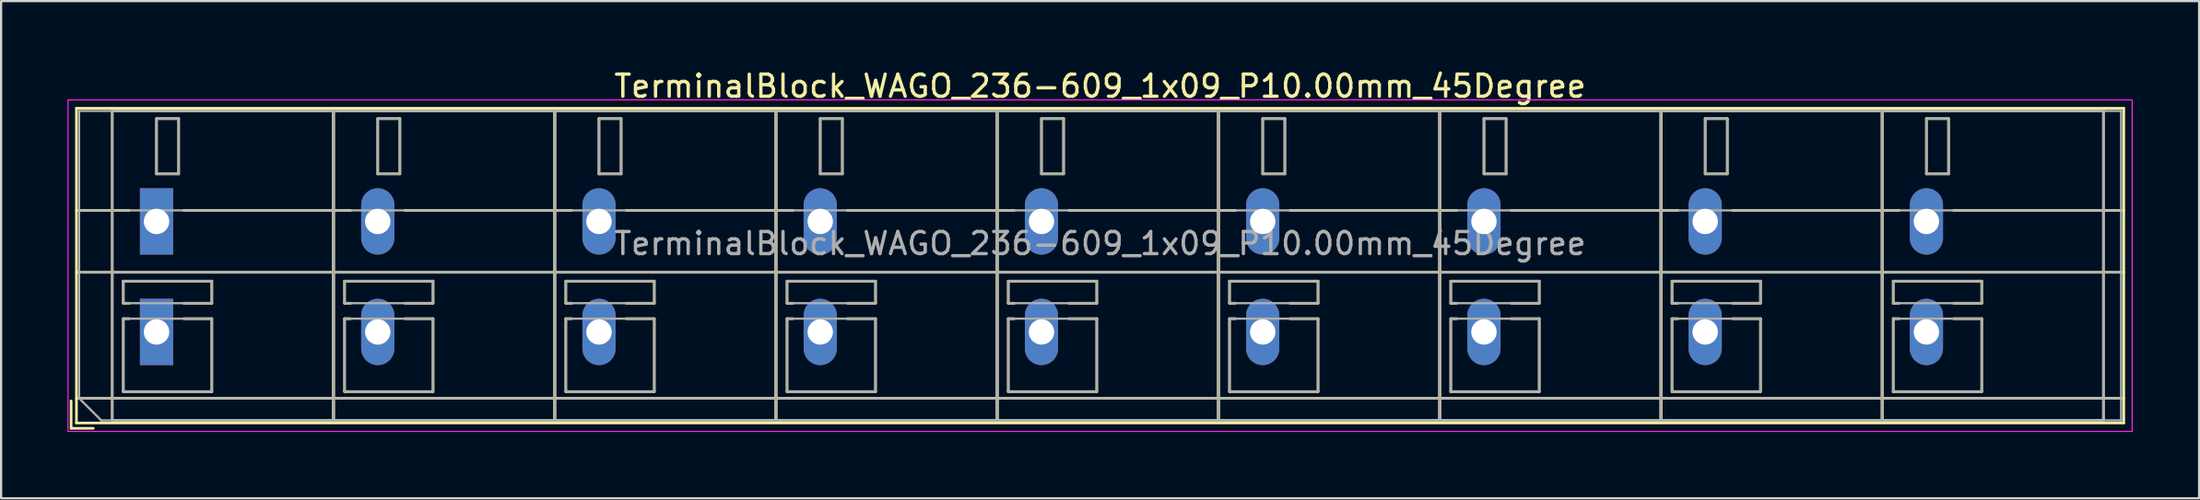
<source format=kicad_pcb>
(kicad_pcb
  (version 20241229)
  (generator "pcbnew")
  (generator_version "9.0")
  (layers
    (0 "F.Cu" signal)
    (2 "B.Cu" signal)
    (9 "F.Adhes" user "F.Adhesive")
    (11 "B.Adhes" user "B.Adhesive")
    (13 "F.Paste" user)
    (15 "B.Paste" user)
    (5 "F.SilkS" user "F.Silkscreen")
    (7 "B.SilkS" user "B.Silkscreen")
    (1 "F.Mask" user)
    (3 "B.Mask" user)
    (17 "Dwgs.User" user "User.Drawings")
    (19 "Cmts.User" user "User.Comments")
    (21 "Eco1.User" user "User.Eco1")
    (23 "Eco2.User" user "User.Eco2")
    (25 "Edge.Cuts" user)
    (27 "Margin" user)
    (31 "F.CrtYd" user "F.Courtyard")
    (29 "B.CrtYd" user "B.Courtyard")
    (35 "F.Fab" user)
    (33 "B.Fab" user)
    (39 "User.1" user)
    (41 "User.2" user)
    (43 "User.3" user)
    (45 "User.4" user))
  (footprint "TerminalBlock_WAGO_236-609_1x09_P10.00mm_45Degree"
    (layer "F.Cu")
    (at 4.025 6.968)
    (property "Reference" "TerminalBlock_WAGO_236-609_1x09_P10.00mm_45Degree" (at 42.65 -6.12 0) (layer "F.SilkS") (effects (font (size 1 1) (thickness 0.15))))
    (attr through_hole)
    (fp_line (start -3.86 8.12) (end -3.86 9.36) (stroke (width 0.12) (type solid)) (layer "F.SilkS"))
    (fp_line (start -3.86 9.36) (end -2.86 9.36) (stroke (width 0.12) (type solid)) (layer "F.SilkS"))
    (fp_line (start -3.62 -5.12) (end -3.62 9.12) (stroke (width 0.12) (type solid)) (layer "F.SilkS"))
    (fp_line (start -3.62 -5.12) (end 88.92 -5.12) (stroke (width 0.12) (type solid)) (layer "F.SilkS"))
    (fp_line (start -3.62 -0.5) (end -1.23 -0.5) (stroke (width 0.12) (type solid)) (layer "F.SilkS"))
    (fp_line (start -3.62 2.3) (end 88.92 2.3) (stroke (width 0.12) (type solid)) (layer "F.SilkS"))
    (fp_line (start -3.62 8) (end 88.92 8) (stroke (width 0.12) (type solid)) (layer "F.SilkS"))
    (fp_line (start -3.62 9.12) (end 88.92 9.12) (stroke (width 0.12) (type solid)) (layer "F.SilkS"))
    (fp_line (start -2 -5) (end -2 9) (stroke (width 0.12) (type solid)) (layer "F.SilkS"))
    (fp_line (start -2 -5) (end 8 -5) (stroke (width 0.12) (type solid)) (layer "F.SilkS"))
    (fp_line (start -2 9) (end 8 9) (stroke (width 0.12) (type solid)) (layer "F.SilkS"))
    (fp_line (start -1.5 2.7) (end -1.5 3.7) (stroke (width 0.12) (type solid)) (layer "F.SilkS"))
    (fp_line (start -1.5 2.7) (end 2.5 2.7) (stroke (width 0.12) (type solid)) (layer "F.SilkS"))
    (fp_line (start -1.5 3.7) (end -1.23 3.7) (stroke (width 0.12) (type solid)) (layer "F.SilkS"))
    (fp_line (start -1.5 4.4) (end -1.5 7.7) (stroke (width 0.12) (type solid)) (layer "F.SilkS"))
    (fp_line (start -1.5 4.4) (end -1.23 4.4) (stroke (width 0.12) (type solid)) (layer "F.SilkS"))
    (fp_line (start -1.5 7.7) (end 2.5 7.7) (stroke (width 0.12) (type solid)) (layer "F.SilkS"))
    (fp_line (start 0 -4.65) (end 0 -2.151) (stroke (width 0.12) (type solid)) (layer "F.SilkS"))
    (fp_line (start 0 -4.65) (end 1 -4.65) (stroke (width 0.12) (type solid)) (layer "F.SilkS"))
    (fp_line (start 0 -2.151) (end 1 -2.151) (stroke (width 0.12) (type solid)) (layer "F.SilkS"))
    (fp_line (start 1 -4.65) (end 1 -2.151) (stroke (width 0.12) (type solid)) (layer "F.SilkS"))
    (fp_line (start 1.23 -0.5) (end 8.77 -0.5) (stroke (width 0.12) (type solid)) (layer "F.SilkS"))
    (fp_line (start 1.23 3.7) (end 2.5 3.7) (stroke (width 0.12) (type solid)) (layer "F.SilkS"))
    (fp_line (start 1.23 4.4) (end 2.5 4.4) (stroke (width 0.12) (type solid)) (layer "F.SilkS"))
    (fp_line (start 2.5 2.7) (end 2.5 3.7) (stroke (width 0.12) (type solid)) (layer "F.SilkS"))
    (fp_line (start 2.5 4.4) (end 2.5 7.7) (stroke (width 0.12) (type solid)) (layer "F.SilkS"))
    (fp_line (start 8 -5) (end 8 9) (stroke (width 0.12) (type solid)) (layer "F.SilkS"))
    (fp_line (start 8 -5) (end 8 9) (stroke (width 0.12) (type solid)) (layer "F.SilkS"))
    (fp_line (start 8 -5) (end 18 -5) (stroke (width 0.12) (type solid)) (layer "F.SilkS"))
    (fp_line (start 8 9) (end 18 9) (stroke (width 0.12) (type solid)) (layer "F.SilkS"))
    (fp_line (start 8.5 2.7) (end 8.5 3.7) (stroke (width 0.12) (type solid)) (layer "F.SilkS"))
    (fp_line (start 8.5 2.7) (end 12.5 2.7) (stroke (width 0.12) (type solid)) (layer "F.SilkS"))
    (fp_line (start 8.5 3.7) (end 8.77 3.7) (stroke (width 0.12) (type solid)) (layer "F.SilkS"))
    (fp_line (start 8.5 4.4) (end 8.5 7.7) (stroke (width 0.12) (type solid)) (layer "F.SilkS"))
    (fp_line (start 8.5 4.4) (end 8.77 4.4) (stroke (width 0.12) (type solid)) (layer "F.SilkS"))
    (fp_line (start 8.5 7.7) (end 12.5 7.7) (stroke (width 0.12) (type solid)) (layer "F.SilkS"))
    (fp_line (start 10 -4.65) (end 10 -2.151) (stroke (width 0.12) (type solid)) (layer "F.SilkS"))
    (fp_line (start 10 -4.65) (end 11 -4.65) (stroke (width 0.12) (type solid)) (layer "F.SilkS"))
    (fp_line (start 10 -2.151) (end 11 -2.151) (stroke (width 0.12) (type solid)) (layer "F.SilkS"))
    (fp_line (start 11 -4.65) (end 11 -2.151) (stroke (width 0.12) (type solid)) (layer "F.SilkS"))
    (fp_line (start 11.23 -0.5) (end 18.77 -0.5) (stroke (width 0.12) (type solid)) (layer "F.SilkS"))
    (fp_line (start 11.23 3.7) (end 12.5 3.7) (stroke (width 0.12) (type solid)) (layer "F.SilkS"))
    (fp_line (start 11.23 4.4) (end 12.5 4.4) (stroke (width 0.12) (type solid)) (layer "F.SilkS"))
    (fp_line (start 12.5 2.7) (end 12.5 3.7) (stroke (width 0.12) (type solid)) (layer "F.SilkS"))
    (fp_line (start 12.5 4.4) (end 12.5 7.7) (stroke (width 0.12) (type solid)) (layer "F.SilkS"))
    (fp_line (start 18 -5) (end 18 9) (stroke (width 0.12) (type solid)) (layer "F.SilkS"))
    (fp_line (start 18 -5) (end 18 9) (stroke (width 0.12) (type solid)) (layer "F.SilkS"))
    (fp_line (start 18 -5) (end 28 -5) (stroke (width 0.12) (type solid)) (layer "F.SilkS"))
    (fp_line (start 18 9) (end 28 9) (stroke (width 0.12) (type solid)) (layer "F.SilkS"))
    (fp_line (start 18.5 2.7) (end 18.5 3.7) (stroke (width 0.12) (type solid)) (layer "F.SilkS"))
    (fp_line (start 18.5 2.7) (end 22.5 2.7) (stroke (width 0.12) (type solid)) (layer "F.SilkS"))
    (fp_line (start 18.5 3.7) (end 18.77 3.7) (stroke (width 0.12) (type solid)) (layer "F.SilkS"))
    (fp_line (start 18.5 4.4) (end 18.5 7.7) (stroke (width 0.12) (type solid)) (layer "F.SilkS"))
    (fp_line (start 18.5 4.4) (end 18.77 4.4) (stroke (width 0.12) (type solid)) (layer "F.SilkS"))
    (fp_line (start 18.5 7.7) (end 22.5 7.7) (stroke (width 0.12) (type solid)) (layer "F.SilkS"))
    (fp_line (start 20 -4.65) (end 20 -2.151) (stroke (width 0.12) (type solid)) (layer "F.SilkS"))
    (fp_line (start 20 -4.65) (end 21 -4.65) (stroke (width 0.12) (type solid)) (layer "F.SilkS"))
    (fp_line (start 20 -2.151) (end 21 -2.151) (stroke (width 0.12) (type solid)) (layer "F.SilkS"))
    (fp_line (start 21 -4.65) (end 21 -2.151) (stroke (width 0.12) (type solid)) (layer "F.SilkS"))
    (fp_line (start 21.23 -0.5) (end 28.77 -0.5) (stroke (width 0.12) (type solid)) (layer "F.SilkS"))
    (fp_line (start 21.23 3.7) (end 22.5 3.7) (stroke (width 0.12) (type solid)) (layer "F.SilkS"))
    (fp_line (start 21.23 4.4) (end 22.5 4.4) (stroke (width 0.12) (type solid)) (layer "F.SilkS"))
    (fp_line (start 22.5 2.7) (end 22.5 3.7) (stroke (width 0.12) (type solid)) (layer "F.SilkS"))
    (fp_line (start 22.5 4.4) (end 22.5 7.7) (stroke (width 0.12) (type solid)) (layer "F.SilkS"))
    (fp_line (start 28 -5) (end 28 9) (stroke (width 0.12) (type solid)) (layer "F.SilkS"))
    (fp_line (start 28 -5) (end 28 9) (stroke (width 0.12) (type solid)) (layer "F.SilkS"))
    (fp_line (start 28 -5) (end 38 -5) (stroke (width 0.12) (type solid)) (layer "F.SilkS"))
    (fp_line (start 28 9) (end 38 9) (stroke (width 0.12) (type solid)) (layer "F.SilkS"))
    (fp_line (start 28.5 2.7) (end 28.5 3.7) (stroke (width 0.12) (type solid)) (layer "F.SilkS"))
    (fp_line (start 28.5 2.7) (end 32.5 2.7) (stroke (width 0.12) (type solid)) (layer "F.SilkS"))
    (fp_line (start 28.5 3.7) (end 28.77 3.7) (stroke (width 0.12) (type solid)) (layer "F.SilkS"))
    (fp_line (start 28.5 4.4) (end 28.5 7.7) (stroke (width 0.12) (type solid)) (layer "F.SilkS"))
    (fp_line (start 28.5 4.4) (end 28.77 4.4) (stroke (width 0.12) (type solid)) (layer "F.SilkS"))
    (fp_line (start 28.5 7.7) (end 32.5 7.7) (stroke (width 0.12) (type solid)) (layer "F.SilkS"))
    (fp_line (start 30 -4.65) (end 30 -2.151) (stroke (width 0.12) (type solid)) (layer "F.SilkS"))
    (fp_line (start 30 -4.65) (end 31 -4.65) (stroke (width 0.12) (type solid)) (layer "F.SilkS"))
    (fp_line (start 30 -2.151) (end 31 -2.151) (stroke (width 0.12) (type solid)) (layer "F.SilkS"))
    (fp_line (start 31 -4.65) (end 31 -2.151) (stroke (width 0.12) (type solid)) (layer "F.SilkS"))
    (fp_line (start 31.23 -0.5) (end 38.77 -0.5) (stroke (width 0.12) (type solid)) (layer "F.SilkS"))
    (fp_line (start 31.23 3.7) (end 32.5 3.7) (stroke (width 0.12) (type solid)) (layer "F.SilkS"))
    (fp_line (start 31.23 4.4) (end 32.5 4.4) (stroke (width 0.12) (type solid)) (layer "F.SilkS"))
    (fp_line (start 32.5 2.7) (end 32.5 3.7) (stroke (width 0.12) (type solid)) (layer "F.SilkS"))
    (fp_line (start 32.5 4.4) (end 32.5 7.7) (stroke (width 0.12) (type solid)) (layer "F.SilkS"))
    (fp_line (start 38 -5) (end 38 9) (stroke (width 0.12) (type solid)) (layer "F.SilkS"))
    (fp_line (start 38 -5) (end 38 9) (stroke (width 0.12) (type solid)) (layer "F.SilkS"))
    (fp_line (start 38 -5) (end 48 -5) (stroke (width 0.12) (type solid)) (layer "F.SilkS"))
    (fp_line (start 38 9) (end 48 9) (stroke (width 0.12) (type solid)) (layer "F.SilkS"))
    (fp_line (start 38.5 2.7) (end 38.5 3.7) (stroke (width 0.12) (type solid)) (layer "F.SilkS"))
    (fp_line (start 38.5 2.7) (end 42.5 2.7) (stroke (width 0.12) (type solid)) (layer "F.SilkS"))
    (fp_line (start 38.5 3.7) (end 38.77 3.7) (stroke (width 0.12) (type solid)) (layer "F.SilkS"))
    (fp_line (start 38.5 4.4) (end 38.5 7.7) (stroke (width 0.12) (type solid)) (layer "F.SilkS"))
    (fp_line (start 38.5 4.4) (end 38.77 4.4) (stroke (width 0.12) (type solid)) (layer "F.SilkS"))
    (fp_line (start 38.5 7.7) (end 42.5 7.7) (stroke (width 0.12) (type solid)) (layer "F.SilkS"))
    (fp_line (start 40 -4.65) (end 40 -2.151) (stroke (width 0.12) (type solid)) (layer "F.SilkS"))
    (fp_line (start 40 -4.65) (end 41 -4.65) (stroke (width 0.12) (type solid)) (layer "F.SilkS"))
    (fp_line (start 40 -2.151) (end 41 -2.151) (stroke (width 0.12) (type solid)) (layer "F.SilkS"))
    (fp_line (start 41 -4.65) (end 41 -2.151) (stroke (width 0.12) (type solid)) (layer "F.SilkS"))
    (fp_line (start 41.23 -0.5) (end 48.77 -0.5) (stroke (width 0.12) (type solid)) (layer "F.SilkS"))
    (fp_line (start 41.23 3.7) (end 42.5 3.7) (stroke (width 0.12) (type solid)) (layer "F.SilkS"))
    (fp_line (start 41.23 4.4) (end 42.5 4.4) (stroke (width 0.12) (type solid)) (layer "F.SilkS"))
    (fp_line (start 42.5 2.7) (end 42.5 3.7) (stroke (width 0.12) (type solid)) (layer "F.SilkS"))
    (fp_line (start 42.5 4.4) (end 42.5 7.7) (stroke (width 0.12) (type solid)) (layer "F.SilkS"))
    (fp_line (start 48 -5) (end 48 9) (stroke (width 0.12) (type solid)) (layer "F.SilkS"))
    (fp_line (start 48 -5) (end 48 9) (stroke (width 0.12) (type solid)) (layer "F.SilkS"))
    (fp_line (start 48 -5) (end 58 -5) (stroke (width 0.12) (type solid)) (layer "F.SilkS"))
    (fp_line (start 48 9) (end 58 9) (stroke (width 0.12) (type solid)) (layer "F.SilkS"))
    (fp_line (start 48.5 2.7) (end 48.5 3.7) (stroke (width 0.12) (type solid)) (layer "F.SilkS"))
    (fp_line (start 48.5 2.7) (end 52.5 2.7) (stroke (width 0.12) (type solid)) (layer "F.SilkS"))
    (fp_line (start 48.5 3.7) (end 48.77 3.7) (stroke (width 0.12) (type solid)) (layer "F.SilkS"))
    (fp_line (start 48.5 4.4) (end 48.5 7.7) (stroke (width 0.12) (type solid)) (layer "F.SilkS"))
    (fp_line (start 48.5 4.4) (end 48.77 4.4) (stroke (width 0.12) (type solid)) (layer "F.SilkS"))
    (fp_line (start 48.5 7.7) (end 52.5 7.7) (stroke (width 0.12) (type solid)) (layer "F.SilkS"))
    (fp_line (start 50 -4.65) (end 50 -2.151) (stroke (width 0.12) (type solid)) (layer "F.SilkS"))
    (fp_line (start 50 -4.65) (end 51 -4.65) (stroke (width 0.12) (type solid)) (layer "F.SilkS"))
    (fp_line (start 50 -2.151) (end 51 -2.151) (stroke (width 0.12) (type solid)) (layer "F.SilkS"))
    (fp_line (start 51 -4.65) (end 51 -2.151) (stroke (width 0.12) (type solid)) (layer "F.SilkS"))
    (fp_line (start 51.23 -0.5) (end 58.77 -0.5) (stroke (width 0.12) (type solid)) (layer "F.SilkS"))
    (fp_line (start 51.23 3.7) (end 52.5 3.7) (stroke (width 0.12) (type solid)) (layer "F.SilkS"))
    (fp_line (start 51.23 4.4) (end 52.5 4.4) (stroke (width 0.12) (type solid)) (layer "F.SilkS"))
    (fp_line (start 52.5 2.7) (end 52.5 3.7) (stroke (width 0.12) (type solid)) (layer "F.SilkS"))
    (fp_line (start 52.5 4.4) (end 52.5 7.7) (stroke (width 0.12) (type solid)) (layer "F.SilkS"))
    (fp_line (start 58 -5) (end 58 9) (stroke (width 0.12) (type solid)) (layer "F.SilkS"))
    (fp_line (start 58 -5) (end 58 9) (stroke (width 0.12) (type solid)) (layer "F.SilkS"))
    (fp_line (start 58 -5) (end 68 -5) (stroke (width 0.12) (type solid)) (layer "F.SilkS"))
    (fp_line (start 58 9) (end 68 9) (stroke (width 0.12) (type solid)) (layer "F.SilkS"))
    (fp_line (start 58.5 2.7) (end 58.5 3.7) (stroke (width 0.12) (type solid)) (layer "F.SilkS"))
    (fp_line (start 58.5 2.7) (end 62.5 2.7) (stroke (width 0.12) (type solid)) (layer "F.SilkS"))
    (fp_line (start 58.5 3.7) (end 58.77 3.7) (stroke (width 0.12) (type solid)) (layer "F.SilkS"))
    (fp_line (start 58.5 4.4) (end 58.5 7.7) (stroke (width 0.12) (type solid)) (layer "F.SilkS"))
    (fp_line (start 58.5 4.4) (end 58.77 4.4) (stroke (width 0.12) (type solid)) (layer "F.SilkS"))
    (fp_line (start 58.5 7.7) (end 62.5 7.7) (stroke (width 0.12) (type solid)) (layer "F.SilkS"))
    (fp_line (start 60 -4.65) (end 60 -2.151) (stroke (width 0.12) (type solid)) (layer "F.SilkS"))
    (fp_line (start 60 -4.65) (end 61 -4.65) (stroke (width 0.12) (type solid)) (layer "F.SilkS"))
    (fp_line (start 60 -2.151) (end 61 -2.151) (stroke (width 0.12) (type solid)) (layer "F.SilkS"))
    (fp_line (start 61 -4.65) (end 61 -2.151) (stroke (width 0.12) (type solid)) (layer "F.SilkS"))
    (fp_line (start 61.23 -0.5) (end 68.77 -0.5) (stroke (width 0.12) (type solid)) (layer "F.SilkS"))
    (fp_line (start 61.23 3.7) (end 62.5 3.7) (stroke (width 0.12) (type solid)) (layer "F.SilkS"))
    (fp_line (start 61.23 4.4) (end 62.5 4.4) (stroke (width 0.12) (type solid)) (layer "F.SilkS"))
    (fp_line (start 62.5 2.7) (end 62.5 3.7) (stroke (width 0.12) (type solid)) (layer "F.SilkS"))
    (fp_line (start 62.5 4.4) (end 62.5 7.7) (stroke (width 0.12) (type solid)) (layer "F.SilkS"))
    (fp_line (start 68 -5) (end 68 9) (stroke (width 0.12) (type solid)) (layer "F.SilkS"))
    (fp_line (start 68 -5) (end 68 9) (stroke (width 0.12) (type solid)) (layer "F.SilkS"))
    (fp_line (start 68 -5) (end 78 -5) (stroke (width 0.12) (type solid)) (layer "F.SilkS"))
    (fp_line (start 68 9) (end 78 9) (stroke (width 0.12) (type solid)) (layer "F.SilkS"))
    (fp_line (start 68.5 2.7) (end 68.5 3.7) (stroke (width 0.12) (type solid)) (layer "F.SilkS"))
    (fp_line (start 68.5 2.7) (end 72.5 2.7) (stroke (width 0.12) (type solid)) (layer "F.SilkS"))
    (fp_line (start 68.5 3.7) (end 68.77 3.7) (stroke (width 0.12) (type solid)) (layer "F.SilkS"))
    (fp_line (start 68.5 4.4) (end 68.5 7.7) (stroke (width 0.12) (type solid)) (layer "F.SilkS"))
    (fp_line (start 68.5 4.4) (end 68.77 4.4) (stroke (width 0.12) (type solid)) (layer "F.SilkS"))
    (fp_line (start 68.5 7.7) (end 72.5 7.7) (stroke (width 0.12) (type solid)) (layer "F.SilkS"))
    (fp_line (start 70 -4.65) (end 70 -2.151) (stroke (width 0.12) (type solid)) (layer "F.SilkS"))
    (fp_line (start 70 -4.65) (end 71 -4.65) (stroke (width 0.12) (type solid)) (layer "F.SilkS"))
    (fp_line (start 70 -2.151) (end 71 -2.151) (stroke (width 0.12) (type solid)) (layer "F.SilkS"))
    (fp_line (start 71 -4.65) (end 71 -2.151) (stroke (width 0.12) (type solid)) (layer "F.SilkS"))
    (fp_line (start 71.23 -0.5) (end 78.77 -0.5) (stroke (width 0.12) (type solid)) (layer "F.SilkS"))
    (fp_line (start 71.23 3.7) (end 72.5 3.7) (stroke (width 0.12) (type solid)) (layer "F.SilkS"))
    (fp_line (start 71.23 4.4) (end 72.5 4.4) (stroke (width 0.12) (type solid)) (layer "F.SilkS"))
    (fp_line (start 72.5 2.7) (end 72.5 3.7) (stroke (width 0.12) (type solid)) (layer "F.SilkS"))
    (fp_line (start 72.5 4.4) (end 72.5 7.7) (stroke (width 0.12) (type solid)) (layer "F.SilkS"))
    (fp_line (start 78 -5) (end 78 9) (stroke (width 0.12) (type solid)) (layer "F.SilkS"))
    (fp_line (start 78 -5) (end 78 9) (stroke (width 0.12) (type solid)) (layer "F.SilkS"))
    (fp_line (start 78 -5) (end 88 -5) (stroke (width 0.12) (type solid)) (layer "F.SilkS"))
    (fp_line (start 78 9) (end 88 9) (stroke (width 0.12) (type solid)) (layer "F.SilkS"))
    (fp_line (start 78.5 2.7) (end 78.5 3.7) (stroke (width 0.12) (type solid)) (layer "F.SilkS"))
    (fp_line (start 78.5 2.7) (end 82.5 2.7) (stroke (width 0.12) (type solid)) (layer "F.SilkS"))
    (fp_line (start 78.5 3.7) (end 78.77 3.7) (stroke (width 0.12) (type solid)) (layer "F.SilkS"))
    (fp_line (start 78.5 4.4) (end 78.5 7.7) (stroke (width 0.12) (type solid)) (layer "F.SilkS"))
    (fp_line (start 78.5 4.4) (end 78.77 4.4) (stroke (width 0.12) (type solid)) (layer "F.SilkS"))
    (fp_line (start 78.5 7.7) (end 82.5 7.7) (stroke (width 0.12) (type solid)) (layer "F.SilkS"))
    (fp_line (start 80 -4.65) (end 80 -2.151) (stroke (width 0.12) (type solid)) (layer "F.SilkS"))
    (fp_line (start 80 -4.65) (end 81 -4.65) (stroke (width 0.12) (type solid)) (layer "F.SilkS"))
    (fp_line (start 80 -2.151) (end 81 -2.151) (stroke (width 0.12) (type solid)) (layer "F.SilkS"))
    (fp_line (start 81 -4.65) (end 81 -2.151) (stroke (width 0.12) (type solid)) (layer "F.SilkS"))
    (fp_line (start 81.23 -0.5) (end 88.92 -0.5) (stroke (width 0.12) (type solid)) (layer "F.SilkS"))
    (fp_line (start 81.23 3.7) (end 82.5 3.7) (stroke (width 0.12) (type solid)) (layer "F.SilkS"))
    (fp_line (start 81.23 4.4) (end 82.5 4.4) (stroke (width 0.12) (type solid)) (layer "F.SilkS"))
    (fp_line (start 82.5 2.7) (end 82.5 3.7) (stroke (width 0.12) (type solid)) (layer "F.SilkS"))
    (fp_line (start 82.5 4.4) (end 82.5 7.7) (stroke (width 0.12) (type solid)) (layer "F.SilkS"))
    (fp_line (start 88 -5) (end 88 9) (stroke (width 0.12) (type solid)) (layer "F.SilkS"))
    (fp_line (start 88.92 -5.12) (end 88.92 9.12) (stroke (width 0.12) (type solid)) (layer "F.SilkS"))
    (fp_line (start -4 -5.5) (end -4 9.5) (stroke (width 0.05) (type solid)) (layer "F.CrtYd"))
    (fp_line (start -4 9.5) (end 89.3 9.5) (stroke (width 0.05) (type solid)) (layer "F.CrtYd"))
    (fp_line (start 89.3 -5.5) (end -4 -5.5) (stroke (width 0.05) (type solid)) (layer "F.CrtYd"))
    (fp_line (start 89.3 9.5) (end 89.3 -5.5) (stroke (width 0.05) (type solid)) (layer "F.CrtYd"))
    (fp_line (start -3.5 -5) (end 88.8 -5) (stroke (width 0.1) (type solid)) (layer "F.Fab"))
    (fp_line (start -3.5 -0.5) (end 88.8 -0.5) (stroke (width 0.1) (type solid)) (layer "F.Fab"))
    (fp_line (start -3.5 2.3) (end 88.8 2.3) (stroke (width 0.1) (type solid)) (layer "F.Fab"))
    (fp_line (start -3.5 8) (end -3.5 -5) (stroke (width 0.1) (type solid)) (layer "F.Fab"))
    (fp_line (start -3.5 8) (end 88.8 8) (stroke (width 0.1) (type solid)) (layer "F.Fab"))
    (fp_line (start -2.5 9) (end -3.5 8) (stroke (width 0.1) (type solid)) (layer "F.Fab"))
    (fp_line (start -2 -5) (end -2 9) (stroke (width 0.1) (type solid)) (layer "F.Fab"))
    (fp_line (start -2 9) (end 8 9) (stroke (width 0.1) (type solid)) (layer "F.Fab"))
    (fp_line (start -1.5 2.7) (end -1.5 3.7) (stroke (width 0.1) (type solid)) (layer "F.Fab"))
    (fp_line (start -1.5 3.7) (end 2.5 3.7) (stroke (width 0.1) (type solid)) (layer "F.Fab"))
    (fp_line (start -1.5 4.4) (end -1.5 7.7) (stroke (width 0.1) (type solid)) (layer "F.Fab"))
    (fp_line (start -1.5 7.7) (end 2.5 7.7) (stroke (width 0.1) (type solid)) (layer "F.Fab"))
    (fp_line (start 0 -4.65) (end 0 -2.15) (stroke (width 0.1) (type solid)) (layer "F.Fab"))
    (fp_line (start 0 -2.15) (end 1 -2.15) (stroke (width 0.1) (type solid)) (layer "F.Fab"))
    (fp_line (start 1 -4.65) (end 0 -4.65) (stroke (width 0.1) (type solid)) (layer "F.Fab"))
    (fp_line (start 1 -2.15) (end 1 -4.65) (stroke (width 0.1) (type solid)) (layer "F.Fab"))
    (fp_line (start 2.5 2.7) (end -1.5 2.7) (stroke (width 0.1) (type solid)) (layer "F.Fab"))
    (fp_line (start 2.5 3.7) (end 2.5 2.7) (stroke (width 0.1) (type solid)) (layer "F.Fab"))
    (fp_line (start 2.5 4.4) (end -1.5 4.4) (stroke (width 0.1) (type solid)) (layer "F.Fab"))
    (fp_line (start 2.5 7.7) (end 2.5 4.4) (stroke (width 0.1) (type solid)) (layer "F.Fab"))
    (fp_line (start 8 -5) (end -2 -5) (stroke (width 0.1) (type solid)) (layer "F.Fab"))
    (fp_line (start 8 -5) (end 8 9) (stroke (width 0.1) (type solid)) (layer "F.Fab"))
    (fp_line (start 8 9) (end 8 -5) (stroke (width 0.1) (type solid)) (layer "F.Fab"))
    (fp_line (start 8 9) (end 18 9) (stroke (width 0.1) (type solid)) (layer "F.Fab"))
    (fp_line (start 8.5 2.7) (end 8.5 3.7) (stroke (width 0.1) (type solid)) (layer "F.Fab"))
    (fp_line (start 8.5 3.7) (end 12.5 3.7) (stroke (width 0.1) (type solid)) (layer "F.Fab"))
    (fp_line (start 8.5 4.4) (end 8.5 7.7) (stroke (width 0.1) (type solid)) (layer "F.Fab"))
    (fp_line (start 8.5 7.7) (end 12.5 7.7) (stroke (width 0.1) (type solid)) (layer "F.Fab"))
    (fp_line (start 10 -4.65) (end 10 -2.15) (stroke (width 0.1) (type solid)) (layer "F.Fab"))
    (fp_line (start 10 -2.15) (end 11 -2.15) (stroke (width 0.1) (type solid)) (layer "F.Fab"))
    (fp_line (start 11 -4.65) (end 10 -4.65) (stroke (width 0.1) (type solid)) (layer "F.Fab"))
    (fp_line (start 11 -2.15) (end 11 -4.65) (stroke (width 0.1) (type solid)) (layer "F.Fab"))
    (fp_line (start 12.5 2.7) (end 8.5 2.7) (stroke (width 0.1) (type solid)) (layer "F.Fab"))
    (fp_line (start 12.5 3.7) (end 12.5 2.7) (stroke (width 0.1) (type solid)) (layer "F.Fab"))
    (fp_line (start 12.5 4.4) (end 8.5 4.4) (stroke (width 0.1) (type solid)) (layer "F.Fab"))
    (fp_line (start 12.5 7.7) (end 12.5 4.4) (stroke (width 0.1) (type solid)) (layer "F.Fab"))
    (fp_line (start 18 -5) (end 8 -5) (stroke (width 0.1) (type solid)) (layer "F.Fab"))
    (fp_line (start 18 -5) (end 18 9) (stroke (width 0.1) (type solid)) (layer "F.Fab"))
    (fp_line (start 18 9) (end 18 -5) (stroke (width 0.1) (type solid)) (layer "F.Fab"))
    (fp_line (start 18 9) (end 28 9) (stroke (width 0.1) (type solid)) (layer "F.Fab"))
    (fp_line (start 18.5 2.7) (end 18.5 3.7) (stroke (width 0.1) (type solid)) (layer "F.Fab"))
    (fp_line (start 18.5 3.7) (end 22.5 3.7) (stroke (width 0.1) (type solid)) (layer "F.Fab"))
    (fp_line (start 18.5 4.4) (end 18.5 7.7) (stroke (width 0.1) (type solid)) (layer "F.Fab"))
    (fp_line (start 18.5 7.7) (end 22.5 7.7) (stroke (width 0.1) (type solid)) (layer "F.Fab"))
    (fp_line (start 20 -4.65) (end 20 -2.15) (stroke (width 0.1) (type solid)) (layer "F.Fab"))
    (fp_line (start 20 -2.15) (end 21 -2.15) (stroke (width 0.1) (type solid)) (layer "F.Fab"))
    (fp_line (start 21 -4.65) (end 20 -4.65) (stroke (width 0.1) (type solid)) (layer "F.Fab"))
    (fp_line (start 21 -2.15) (end 21 -4.65) (stroke (width 0.1) (type solid)) (layer "F.Fab"))
    (fp_line (start 22.5 2.7) (end 18.5 2.7) (stroke (width 0.1) (type solid)) (layer "F.Fab"))
    (fp_line (start 22.5 3.7) (end 22.5 2.7) (stroke (width 0.1) (type solid)) (layer "F.Fab"))
    (fp_line (start 22.5 4.4) (end 18.5 4.4) (stroke (width 0.1) (type solid)) (layer "F.Fab"))
    (fp_line (start 22.5 7.7) (end 22.5 4.4) (stroke (width 0.1) (type solid)) (layer "F.Fab"))
    (fp_line (start 28 -5) (end 18 -5) (stroke (width 0.1) (type solid)) (layer "F.Fab"))
    (fp_line (start 28 -5) (end 28 9) (stroke (width 0.1) (type solid)) (layer "F.Fab"))
    (fp_line (start 28 9) (end 28 -5) (stroke (width 0.1) (type solid)) (layer "F.Fab"))
    (fp_line (start 28 9) (end 38 9) (stroke (width 0.1) (type solid)) (layer "F.Fab"))
    (fp_line (start 28.5 2.7) (end 28.5 3.7) (stroke (width 0.1) (type solid)) (layer "F.Fab"))
    (fp_line (start 28.5 3.7) (end 32.5 3.7) (stroke (width 0.1) (type solid)) (layer "F.Fab"))
    (fp_line (start 28.5 4.4) (end 28.5 7.7) (stroke (width 0.1) (type solid)) (layer "F.Fab"))
    (fp_line (start 28.5 7.7) (end 32.5 7.7) (stroke (width 0.1) (type solid)) (layer "F.Fab"))
    (fp_line (start 30 -4.65) (end 30 -2.15) (stroke (width 0.1) (type solid)) (layer "F.Fab"))
    (fp_line (start 30 -2.15) (end 31 -2.15) (stroke (width 0.1) (type solid)) (layer "F.Fab"))
    (fp_line (start 31 -4.65) (end 30 -4.65) (stroke (width 0.1) (type solid)) (layer "F.Fab"))
    (fp_line (start 31 -2.15) (end 31 -4.65) (stroke (width 0.1) (type solid)) (layer "F.Fab"))
    (fp_line (start 32.5 2.7) (end 28.5 2.7) (stroke (width 0.1) (type solid)) (layer "F.Fab"))
    (fp_line (start 32.5 3.7) (end 32.5 2.7) (stroke (width 0.1) (type solid)) (layer "F.Fab"))
    (fp_line (start 32.5 4.4) (end 28.5 4.4) (stroke (width 0.1) (type solid)) (layer "F.Fab"))
    (fp_line (start 32.5 7.7) (end 32.5 4.4) (stroke (width 0.1) (type solid)) (layer "F.Fab"))
    (fp_line (start 38 -5) (end 28 -5) (stroke (width 0.1) (type solid)) (layer "F.Fab"))
    (fp_line (start 38 -5) (end 38 9) (stroke (width 0.1) (type solid)) (layer "F.Fab"))
    (fp_line (start 38 9) (end 38 -5) (stroke (width 0.1) (type solid)) (layer "F.Fab"))
    (fp_line (start 38 9) (end 48 9) (stroke (width 0.1) (type solid)) (layer "F.Fab"))
    (fp_line (start 38.5 2.7) (end 38.5 3.7) (stroke (width 0.1) (type solid)) (layer "F.Fab"))
    (fp_line (start 38.5 3.7) (end 42.5 3.7) (stroke (width 0.1) (type solid)) (layer "F.Fab"))
    (fp_line (start 38.5 4.4) (end 38.5 7.7) (stroke (width 0.1) (type solid)) (layer "F.Fab"))
    (fp_line (start 38.5 7.7) (end 42.5 7.7) (stroke (width 0.1) (type solid)) (layer "F.Fab"))
    (fp_line (start 40 -4.65) (end 40 -2.15) (stroke (width 0.1) (type solid)) (layer "F.Fab"))
    (fp_line (start 40 -2.15) (end 41 -2.15) (stroke (width 0.1) (type solid)) (layer "F.Fab"))
    (fp_line (start 41 -4.65) (end 40 -4.65) (stroke (width 0.1) (type solid)) (layer "F.Fab"))
    (fp_line (start 41 -2.15) (end 41 -4.65) (stroke (width 0.1) (type solid)) (layer "F.Fab"))
    (fp_line (start 42.5 2.7) (end 38.5 2.7) (stroke (width 0.1) (type solid)) (layer "F.Fab"))
    (fp_line (start 42.5 3.7) (end 42.5 2.7) (stroke (width 0.1) (type solid)) (layer "F.Fab"))
    (fp_line (start 42.5 4.4) (end 38.5 4.4) (stroke (width 0.1) (type solid)) (layer "F.Fab"))
    (fp_line (start 42.5 7.7) (end 42.5 4.4) (stroke (width 0.1) (type solid)) (layer "F.Fab"))
    (fp_line (start 48 -5) (end 38 -5) (stroke (width 0.1) (type solid)) (layer "F.Fab"))
    (fp_line (start 48 -5) (end 48 9) (stroke (width 0.1) (type solid)) (layer "F.Fab"))
    (fp_line (start 48 9) (end 48 -5) (stroke (width 0.1) (type solid)) (layer "F.Fab"))
    (fp_line (start 48 9) (end 58 9) (stroke (width 0.1) (type solid)) (layer "F.Fab"))
    (fp_line (start 48.5 2.7) (end 48.5 3.7) (stroke (width 0.1) (type solid)) (layer "F.Fab"))
    (fp_line (start 48.5 3.7) (end 52.5 3.7) (stroke (width 0.1) (type solid)) (layer "F.Fab"))
    (fp_line (start 48.5 4.4) (end 48.5 7.7) (stroke (width 0.1) (type solid)) (layer "F.Fab"))
    (fp_line (start 48.5 7.7) (end 52.5 7.7) (stroke (width 0.1) (type solid)) (layer "F.Fab"))
    (fp_line (start 50 -4.65) (end 50 -2.15) (stroke (width 0.1) (type solid)) (layer "F.Fab"))
    (fp_line (start 50 -2.15) (end 51 -2.15) (stroke (width 0.1) (type solid)) (layer "F.Fab"))
    (fp_line (start 51 -4.65) (end 50 -4.65) (stroke (width 0.1) (type solid)) (layer "F.Fab"))
    (fp_line (start 51 -2.15) (end 51 -4.65) (stroke (width 0.1) (type solid)) (layer "F.Fab"))
    (fp_line (start 52.5 2.7) (end 48.5 2.7) (stroke (width 0.1) (type solid)) (layer "F.Fab"))
    (fp_line (start 52.5 3.7) (end 52.5 2.7) (stroke (width 0.1) (type solid)) (layer "F.Fab"))
    (fp_line (start 52.5 4.4) (end 48.5 4.4) (stroke (width 0.1) (type solid)) (layer "F.Fab"))
    (fp_line (start 52.5 7.7) (end 52.5 4.4) (stroke (width 0.1) (type solid)) (layer "F.Fab"))
    (fp_line (start 58 -5) (end 48 -5) (stroke (width 0.1) (type solid)) (layer "F.Fab"))
    (fp_line (start 58 -5) (end 58 9) (stroke (width 0.1) (type solid)) (layer "F.Fab"))
    (fp_line (start 58 9) (end 58 -5) (stroke (width 0.1) (type solid)) (layer "F.Fab"))
    (fp_line (start 58 9) (end 68 9) (stroke (width 0.1) (type solid)) (layer "F.Fab"))
    (fp_line (start 58.5 2.7) (end 58.5 3.7) (stroke (width 0.1) (type solid)) (layer "F.Fab"))
    (fp_line (start 58.5 3.7) (end 62.5 3.7) (stroke (width 0.1) (type solid)) (layer "F.Fab"))
    (fp_line (start 58.5 4.4) (end 58.5 7.7) (stroke (width 0.1) (type solid)) (layer "F.Fab"))
    (fp_line (start 58.5 7.7) (end 62.5 7.7) (stroke (width 0.1) (type solid)) (layer "F.Fab"))
    (fp_line (start 60 -4.65) (end 60 -2.15) (stroke (width 0.1) (type solid)) (layer "F.Fab"))
    (fp_line (start 60 -2.15) (end 61 -2.15) (stroke (width 0.1) (type solid)) (layer "F.Fab"))
    (fp_line (start 61 -4.65) (end 60 -4.65) (stroke (width 0.1) (type solid)) (layer "F.Fab"))
    (fp_line (start 61 -2.15) (end 61 -4.65) (stroke (width 0.1) (type solid)) (layer "F.Fab"))
    (fp_line (start 62.5 2.7) (end 58.5 2.7) (stroke (width 0.1) (type solid)) (layer "F.Fab"))
    (fp_line (start 62.5 3.7) (end 62.5 2.7) (stroke (width 0.1) (type solid)) (layer "F.Fab"))
    (fp_line (start 62.5 4.4) (end 58.5 4.4) (stroke (width 0.1) (type solid)) (layer "F.Fab"))
    (fp_line (start 62.5 7.7) (end 62.5 4.4) (stroke (width 0.1) (type solid)) (layer "F.Fab"))
    (fp_line (start 68 -5) (end 58 -5) (stroke (width 0.1) (type solid)) (layer "F.Fab"))
    (fp_line (start 68 -5) (end 68 9) (stroke (width 0.1) (type solid)) (layer "F.Fab"))
    (fp_line (start 68 9) (end 68 -5) (stroke (width 0.1) (type solid)) (layer "F.Fab"))
    (fp_line (start 68 9) (end 78 9) (stroke (width 0.1) (type solid)) (layer "F.Fab"))
    (fp_line (start 68.5 2.7) (end 68.5 3.7) (stroke (width 0.1) (type solid)) (layer "F.Fab"))
    (fp_line (start 68.5 3.7) (end 72.5 3.7) (stroke (width 0.1) (type solid)) (layer "F.Fab"))
    (fp_line (start 68.5 4.4) (end 68.5 7.7) (stroke (width 0.1) (type solid)) (layer "F.Fab"))
    (fp_line (start 68.5 7.7) (end 72.5 7.7) (stroke (width 0.1) (type solid)) (layer "F.Fab"))
    (fp_line (start 70 -4.65) (end 70 -2.15) (stroke (width 0.1) (type solid)) (layer "F.Fab"))
    (fp_line (start 70 -2.15) (end 71 -2.15) (stroke (width 0.1) (type solid)) (layer "F.Fab"))
    (fp_line (start 71 -4.65) (end 70 -4.65) (stroke (width 0.1) (type solid)) (layer "F.Fab"))
    (fp_line (start 71 -2.15) (end 71 -4.65) (stroke (width 0.1) (type solid)) (layer "F.Fab"))
    (fp_line (start 72.5 2.7) (end 68.5 2.7) (stroke (width 0.1) (type solid)) (layer "F.Fab"))
    (fp_line (start 72.5 3.7) (end 72.5 2.7) (stroke (width 0.1) (type solid)) (layer "F.Fab"))
    (fp_line (start 72.5 4.4) (end 68.5 4.4) (stroke (width 0.1) (type solid)) (layer "F.Fab"))
    (fp_line (start 72.5 7.7) (end 72.5 4.4) (stroke (width 0.1) (type solid)) (layer "F.Fab"))
    (fp_line (start 78 -5) (end 68 -5) (stroke (width 0.1) (type solid)) (layer "F.Fab"))
    (fp_line (start 78 -5) (end 78 9) (stroke (width 0.1) (type solid)) (layer "F.Fab"))
    (fp_line (start 78 9) (end 78 -5) (stroke (width 0.1) (type solid)) (layer "F.Fab"))
    (fp_line (start 78 9) (end 88 9) (stroke (width 0.1) (type solid)) (layer "F.Fab"))
    (fp_line (start 78.5 2.7) (end 78.5 3.7) (stroke (width 0.1) (type solid)) (layer "F.Fab"))
    (fp_line (start 78.5 3.7) (end 82.5 3.7) (stroke (width 0.1) (type solid)) (layer "F.Fab"))
    (fp_line (start 78.5 4.4) (end 78.5 7.7) (stroke (width 0.1) (type solid)) (layer "F.Fab"))
    (fp_line (start 78.5 7.7) (end 82.5 7.7) (stroke (width 0.1) (type solid)) (layer "F.Fab"))
    (fp_line (start 80 -4.65) (end 80 -2.15) (stroke (width 0.1) (type solid)) (layer "F.Fab"))
    (fp_line (start 80 -2.15) (end 81 -2.15) (stroke (width 0.1) (type solid)) (layer "F.Fab"))
    (fp_line (start 81 -4.65) (end 80 -4.65) (stroke (width 0.1) (type solid)) (layer "F.Fab"))
    (fp_line (start 81 -2.15) (end 81 -4.65) (stroke (width 0.1) (type solid)) (layer "F.Fab"))
    (fp_line (start 82.5 2.7) (end 78.5 2.7) (stroke (width 0.1) (type solid)) (layer "F.Fab"))
    (fp_line (start 82.5 3.7) (end 82.5 2.7) (stroke (width 0.1) (type solid)) (layer "F.Fab"))
    (fp_line (start 82.5 4.4) (end 78.5 4.4) (stroke (width 0.1) (type solid)) (layer "F.Fab"))
    (fp_line (start 82.5 7.7) (end 82.5 4.4) (stroke (width 0.1) (type solid)) (layer "F.Fab"))
    (fp_line (start 88 -5) (end 78 -5) (stroke (width 0.1) (type solid)) (layer "F.Fab"))
    (fp_line (start 88 9) (end 88 -5) (stroke (width 0.1) (type solid)) (layer "F.Fab"))
    (fp_line (start 88.8 -5) (end 88.8 9) (stroke (width 0.1) (type solid)) (layer "F.Fab"))
    (fp_line (start 88.8 9) (end -2.5 9) (stroke (width 0.1) (type solid)) (layer "F.Fab"))
    (fp_text user "${REFERENCE}" (at 42.65 1 0) (layer "F.Fab") (effects (font (size 1 1) (thickness 0.15))))
    (pad "1" thru_hole rect (at 0 0) (size 1.5 3) (drill 1.15) (layers "*.Cu" "*.Mask"))
    (pad "1" thru_hole rect (at 0 5) (size 1.5 3) (drill 1.15) (layers "*.Cu" "*.Mask"))
    (pad "2" thru_hole oval (at 10 0) (size 1.5 3) (drill 1.15) (layers "*.Cu" "*.Mask"))
    (pad "2" thru_hole oval (at 10 5) (size 1.5 3) (drill 1.15) (layers "*.Cu" "*.Mask"))
    (pad "3" thru_hole oval (at 20 0) (size 1.5 3) (drill 1.15) (layers "*.Cu" "*.Mask"))
    (pad "3" thru_hole oval (at 20 5) (size 1.5 3) (drill 1.15) (layers "*.Cu" "*.Mask"))
    (pad "4" thru_hole oval (at 30 0) (size 1.5 3) (drill 1.15) (layers "*.Cu" "*.Mask"))
    (pad "4" thru_hole oval (at 30 5) (size 1.5 3) (drill 1.15) (layers "*.Cu" "*.Mask"))
    (pad "5" thru_hole oval (at 40 0) (size 1.5 3) (drill 1.15) (layers "*.Cu" "*.Mask"))
    (pad "5" thru_hole oval (at 40 5) (size 1.5 3) (drill 1.15) (layers "*.Cu" "*.Mask"))
    (pad "6" thru_hole oval (at 50 0) (size 1.5 3) (drill 1.15) (layers "*.Cu" "*.Mask"))
    (pad "6" thru_hole oval (at 50 5) (size 1.5 3) (drill 1.15) (layers "*.Cu" "*.Mask"))
    (pad "7" thru_hole oval (at 60 0) (size 1.5 3) (drill 1.15) (layers "*.Cu" "*.Mask"))
    (pad "7" thru_hole oval (at 60 5) (size 1.5 3) (drill 1.15) (layers "*.Cu" "*.Mask"))
    (pad "8" thru_hole oval (at 70 0) (size 1.5 3) (drill 1.15) (layers "*.Cu" "*.Mask"))
    (pad "8" thru_hole oval (at 70 5) (size 1.5 3) (drill 1.15) (layers "*.Cu" "*.Mask"))
    (pad "9" thru_hole oval (at 80 0) (size 1.5 3) (drill 1.15) (layers "*.Cu" "*.Mask"))
    (pad "9" thru_hole oval (at 80 5) (size 1.5 3) (drill 1.15) (layers "*.Cu" "*.Mask")))
  (gr_rect
    (start -3 -3)
    (end 96.35 19.493)
    (stroke (width 0.1) (type default))
    (fill no)
    (layer "Edge.Cuts")))
</source>
